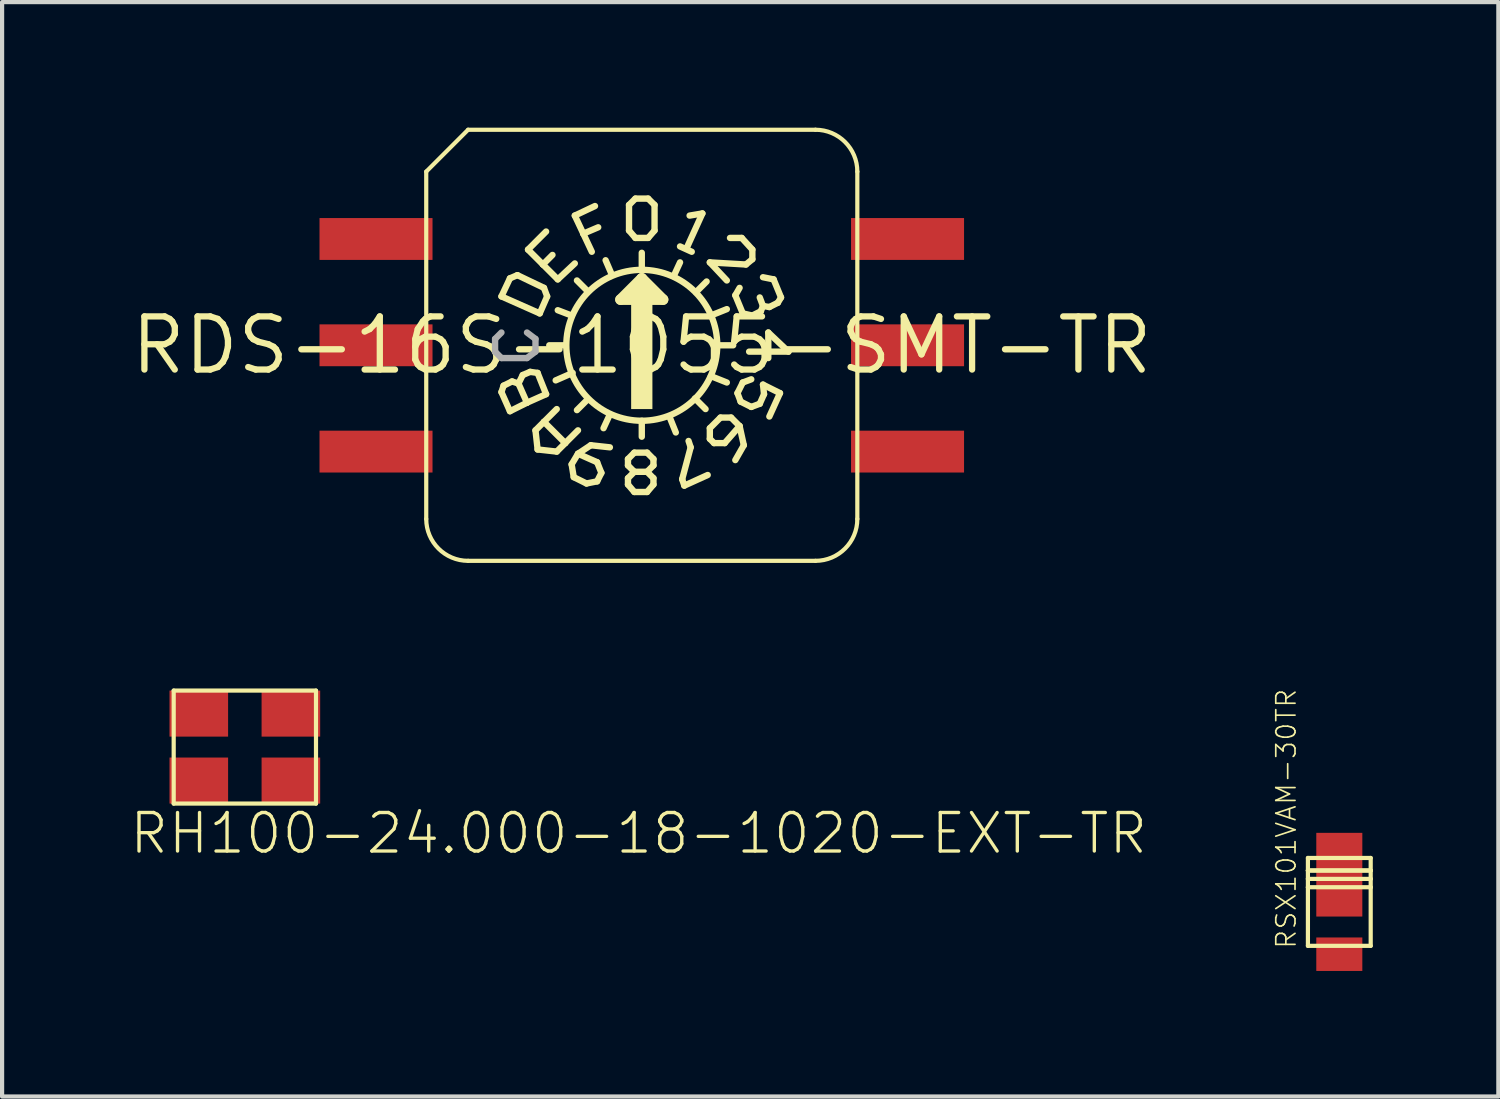
<source format=kicad_pcb>
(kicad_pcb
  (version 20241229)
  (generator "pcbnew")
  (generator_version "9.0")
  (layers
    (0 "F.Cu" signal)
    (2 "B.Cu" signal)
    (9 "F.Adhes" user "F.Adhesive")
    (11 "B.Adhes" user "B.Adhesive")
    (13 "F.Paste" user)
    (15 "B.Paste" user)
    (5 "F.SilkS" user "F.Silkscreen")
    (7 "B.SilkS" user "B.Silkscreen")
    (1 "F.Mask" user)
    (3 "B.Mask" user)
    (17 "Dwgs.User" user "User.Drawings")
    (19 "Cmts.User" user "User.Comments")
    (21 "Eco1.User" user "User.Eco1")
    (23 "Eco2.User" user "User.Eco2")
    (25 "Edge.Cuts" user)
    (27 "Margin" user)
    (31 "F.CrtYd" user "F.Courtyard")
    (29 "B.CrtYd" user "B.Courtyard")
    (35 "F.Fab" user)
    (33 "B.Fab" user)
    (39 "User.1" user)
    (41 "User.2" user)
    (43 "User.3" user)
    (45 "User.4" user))
  (footprint "RH100-24.000-18-1020-EXT-TR"
    (layer "F.Cu")
    (at 2.8 14.8)
    (property "Reference" "RH100-24.000-18-1020-EXT-TR" (at -2.8 2.6 0) (layer "F.SilkS") (effects (font (size 0.92 0.92) (thickness 0.08)) (justify left bottom)))
    (fp_line (start -1.7 -1.35) (end -1.7 1.35) (stroke (width 0.1) (type solid)) (layer "F.SilkS"))
    (fp_line (start -1.7 1.35) (end 1.7 1.35) (stroke (width 0.1) (type solid)) (layer "F.SilkS"))
    (fp_line (start 1.7 -1.35) (end -1.7 -1.35) (stroke (width 0.1) (type solid)) (layer "F.SilkS"))
    (fp_line (start 1.7 1.35) (end 1.7 -1.35) (stroke (width 0.1) (type solid)) (layer "F.SilkS"))
    (pad "1" smd rect (at -1.1 0.8) (size 1.4 1.1) (layers "F.Cu" "F.Mask" "F.Paste"))
    (pad "2" smd rect (at 1.1 0.8) (size 1.4 1.1) (layers "F.Cu" "F.Mask" "F.Paste"))
    (pad "3" smd rect (at 1.1 -0.8) (size 1.4 1.1) (layers "F.Cu" "F.Mask" "F.Paste"))
    (pad "4" smd rect (at -1.1 -0.8) (size 1.4 1.1) (layers "F.Cu" "F.Mask" "F.Paste")))
  (footprint "RSX101VAM-30TR"
    (layer "F.Cu")
    (at 28.95 19.749)
    (property "Reference" "RSX101VAM-30TR" (at -1 -0.1 90) (layer "F.SilkS") (effects (font (size 0.46 0.46) (thickness 0.04)) (justify left bottom)))
    (fp_line (start -0.75 -2.3) (end -0.75 -2) (stroke (width 0.1) (type solid)) (layer "F.SilkS"))
    (fp_line (start -0.75 -2) (end -0.75 -1.8) (stroke (width 0.1) (type solid)) (layer "F.SilkS"))
    (fp_line (start -0.75 -1.8) (end -0.75 -1.6) (stroke (width 0.1) (type solid)) (layer "F.SilkS"))
    (fp_line (start -0.75 -1.6) (end -0.75 -0.2) (stroke (width 0.1) (type solid)) (layer "F.SilkS"))
    (fp_line (start -0.75 -0.2) (end 0.75 -0.2) (stroke (width 0.1) (type solid)) (layer "F.SilkS"))
    (fp_line (start 0.75 -2.3) (end -0.75 -2.3) (stroke (width 0.1) (type solid)) (layer "F.SilkS"))
    (fp_line (start 0.75 -2) (end -0.75 -2) (stroke (width 0.1) (type solid)) (layer "F.SilkS"))
    (fp_line (start 0.75 -2) (end -0.75 -2) (stroke (width 0.1) (type solid)) (layer "F.SilkS"))
    (fp_line (start 0.75 -2) (end 0.75 -2.3) (stroke (width 0.1) (type solid)) (layer "F.SilkS"))
    (fp_line (start 0.75 -1.8) (end -0.75 -1.8) (stroke (width 0.1) (type solid)) (layer "F.SilkS"))
    (fp_line (start 0.75 -1.8) (end 0.75 -2) (stroke (width 0.1) (type solid)) (layer "F.SilkS"))
    (fp_line (start 0.75 -1.6) (end -0.75 -1.6) (stroke (width 0.1) (type solid)) (layer "F.SilkS"))
    (fp_line (start 0.75 -1.6) (end 0.75 -1.8) (stroke (width 0.1) (type solid)) (layer "F.SilkS"))
    (fp_line (start 0.75 -0.2) (end 0.75 -1.6) (stroke (width 0.1) (type solid)) (layer "F.SilkS"))
    (pad "A" smd rect (at 0 0) (size 1.1 0.8) (layers "F.Cu" "F.Mask" "F.Paste"))
    (pad "C" smd rect (at 0 -1.9) (size 1.1 2) (layers "F.Cu" "F.Mask" "F.Paste")))
  (footprint "RDS-16S-1055-SMT-TR"
    (layer "F.Cu")
    (at 12.284 5.2)
    (property "Reference" "RDS-16S-1055-SMT-TR" (at 0 0 0) (layer "F.SilkS") (effects (font (size 1.27 1.27) (thickness 0.15))))
    (fp_line (start -5.15 -4.15) (end -5.15 4.15) (stroke (width 0.1) (type solid)) (layer "F.SilkS"))
    (fp_line (start -4.15 -5.15) (end -5.15 -4.15) (stroke (width 0.1) (type solid)) (layer "F.SilkS"))
    (fp_line (start -4.15 5.15) (end 4.15 5.15) (stroke (width 0.1) (type solid)) (layer "F.SilkS"))
    (fp_line (start -3.353 -1.168) (end -2.438 -0.762) (stroke (width 0.152) (type solid)) (layer "F.SilkS"))
    (fp_line (start -3.353 1.118) (end -3.302 0.965) (stroke (width 0.152) (type solid)) (layer "F.SilkS"))
    (fp_line (start -3.302 0.965) (end -3.099 0.864) (stroke (width 0.152) (type solid)) (layer "F.SilkS"))
    (fp_line (start -3.15 -1.6) (end -3.353 -1.168) (stroke (width 0.152) (type solid)) (layer "F.SilkS"))
    (fp_line (start -3.15 1.575) (end -3.353 1.118) (stroke (width 0.152) (type solid)) (layer "F.SilkS"))
    (fp_line (start -3.099 0.864) (end -2.946 0.914) (stroke (width 0.152) (type solid)) (layer "F.SilkS"))
    (fp_line (start -2.972 -1.676) (end -3.15 -1.6) (stroke (width 0.152) (type solid)) (layer "F.SilkS"))
    (fp_line (start -2.946 0.914) (end -2.845 0.711) (stroke (width 0.152) (type solid)) (layer "F.SilkS"))
    (fp_line (start -2.946 0.914) (end -2.743 1.372) (stroke (width 0.152) (type solid)) (layer "F.SilkS"))
    (fp_line (start -2.845 0.711) (end -2.667 0.635) (stroke (width 0.152) (type solid)) (layer "F.SilkS"))
    (fp_line (start -2.743 1.372) (end -3.15 1.575) (stroke (width 0.152) (type solid)) (layer "F.SilkS"))
    (fp_line (start -2.718 -2.286) (end -2.286 -2.718) (stroke (width 0.152) (type solid)) (layer "F.SilkS"))
    (fp_line (start -2.667 0.635) (end -2.489 0.66) (stroke (width 0.152) (type solid)) (layer "F.SilkS"))
    (fp_line (start -2.54 2.032) (end -2.337 1.829) (stroke (width 0.152) (type solid)) (layer "F.SilkS"))
    (fp_line (start -2.489 0.66) (end -2.286 1.168) (stroke (width 0.152) (type solid)) (layer "F.SilkS"))
    (fp_line (start -2.489 2.489) (end -2.54 2.032) (stroke (width 0.152) (type solid)) (layer "F.SilkS"))
    (fp_line (start -2.438 -0.762) (end -2.261 -1.168) (stroke (width 0.152) (type solid)) (layer "F.SilkS"))
    (fp_line (start -2.362 -1.93) (end -2.718 -2.286) (stroke (width 0.152) (type solid)) (layer "F.SilkS"))
    (fp_line (start -2.362 -1.93) (end -2.134 -2.159) (stroke (width 0.152) (type solid)) (layer "F.SilkS"))
    (fp_line (start -2.337 -1.372) (end -2.972 -1.676) (stroke (width 0.152) (type solid)) (layer "F.SilkS"))
    (fp_line (start -2.337 1.829) (end -2.032 1.524) (stroke (width 0.152) (type solid)) (layer "F.SilkS"))
    (fp_line (start -2.286 1.168) (end -2.743 1.372) (stroke (width 0.152) (type solid)) (layer "F.SilkS"))
    (fp_line (start -2.261 -1.168) (end -2.337 -1.372) (stroke (width 0.152) (type solid)) (layer "F.SilkS"))
    (fp_line (start -2.032 2.54) (end -2.489 2.489) (stroke (width 0.152) (type solid)) (layer "F.SilkS"))
    (fp_line (start -2.007 -1.575) (end -2.362 -1.93) (stroke (width 0.152) (type solid)) (layer "F.SilkS"))
    (fp_line (start -2.007 -1.575) (end -1.6 -1.956) (stroke (width 0.152) (type solid)) (layer "F.SilkS"))
    (fp_line (start -1.829 0) (end -2.21 0) (stroke (width 0.152) (type solid)) (layer "F.SilkS"))
    (fp_line (start -1.829 2.337) (end -2.337 1.829) (stroke (width 0.152) (type solid)) (layer "F.SilkS"))
    (fp_line (start -1.829 2.337) (end -2.032 2.54) (stroke (width 0.152) (type solid)) (layer "F.SilkS"))
    (fp_line (start -1.676 -0.711) (end -2.007 -0.838) (stroke (width 0.152) (type solid)) (layer "F.SilkS"))
    (fp_line (start -1.676 2.845) (end -1.524 2.591) (stroke (width 0.152) (type solid)) (layer "F.SilkS"))
    (fp_line (start -1.651 0.66) (end -2.057 0.838) (stroke (width 0.152) (type solid)) (layer "F.SilkS"))
    (fp_line (start -1.626 3.15) (end -1.676 2.845) (stroke (width 0.152) (type solid)) (layer "F.SilkS"))
    (fp_line (start -1.626 3.15) (end -1.321 3.302) (stroke (width 0.152) (type solid)) (layer "F.SilkS"))
    (fp_line (start -1.6 -3.099) (end -1.397 -2.667) (stroke (width 0.152) (type solid)) (layer "F.SilkS"))
    (fp_line (start -1.524 2.032) (end -1.829 2.337) (stroke (width 0.152) (type solid)) (layer "F.SilkS"))
    (fp_line (start -1.524 2.591) (end -1.219 2.388) (stroke (width 0.152) (type solid)) (layer "F.SilkS"))
    (fp_line (start -1.397 -2.667) (end -1.194 -2.235) (stroke (width 0.152) (type solid)) (layer "F.SilkS"))
    (fp_line (start -1.397 -2.667) (end -1.041 -2.819) (stroke (width 0.152) (type solid)) (layer "F.SilkS"))
    (fp_line (start -1.321 3.302) (end -1.067 3.251) (stroke (width 0.152) (type solid)) (layer "F.SilkS"))
    (fp_line (start -1.295 -1.295) (end -1.549 -1.549) (stroke (width 0.152) (type solid)) (layer "F.SilkS"))
    (fp_line (start -1.295 1.295) (end -1.549 1.549) (stroke (width 0.152) (type solid)) (layer "F.SilkS"))
    (fp_line (start -1.219 2.388) (end -0.762 2.438) (stroke (width 0.152) (type solid)) (layer "F.SilkS"))
    (fp_line (start -1.118 -3.327) (end -1.6 -3.099) (stroke (width 0.152) (type solid)) (layer "F.SilkS"))
    (fp_line (start -1.067 2.794) (end -1.524 2.591) (stroke (width 0.152) (type solid)) (layer "F.SilkS"))
    (fp_line (start -1.067 3.251) (end -0.965 3.048) (stroke (width 0.152) (type solid)) (layer "F.SilkS"))
    (fp_line (start -0.965 3.048) (end -1.067 2.794) (stroke (width 0.152) (type solid)) (layer "F.SilkS"))
    (fp_line (start -0.762 1.651) (end -0.914 1.981) (stroke (width 0.152) (type solid)) (layer "F.SilkS"))
    (fp_line (start -0.711 -1.676) (end -0.864 -2.032) (stroke (width 0.152) (type solid)) (layer "F.SilkS"))
    (fp_line (start -0.508 -1.092) (end 0.508 -1.092) (stroke (width 0.254) (type solid)) (layer "F.SilkS"))
    (fp_line (start -0.33 2.718) (end -0.33 2.87) (stroke (width 0.152) (type solid)) (layer "F.SilkS"))
    (fp_line (start -0.33 2.87) (end -0.178 3.023) (stroke (width 0.152) (type solid)) (layer "F.SilkS"))
    (fp_line (start -0.33 3.175) (end -0.33 3.327) (stroke (width 0.152) (type solid)) (layer "F.SilkS"))
    (fp_line (start -0.33 3.327) (end -0.178 3.505) (stroke (width 0.152) (type solid)) (layer "F.SilkS"))
    (fp_line (start -0.305 -3.353) (end -0.305 -2.743) (stroke (width 0.152) (type solid)) (layer "F.SilkS"))
    (fp_line (start -0.305 -2.743) (end -0.152 -2.565) (stroke (width 0.152) (type solid)) (layer "F.SilkS"))
    (fp_line (start -0.178 2.565) (end -0.33 2.718) (stroke (width 0.152) (type solid)) (layer "F.SilkS"))
    (fp_line (start -0.178 3.023) (end -0.33 3.175) (stroke (width 0.152) (type solid)) (layer "F.SilkS"))
    (fp_line (start -0.178 3.505) (end 0.127 3.505) (stroke (width 0.152) (type solid)) (layer "F.SilkS"))
    (fp_line (start -0.152 -3.505) (end -0.305 -3.353) (stroke (width 0.152) (type solid)) (layer "F.SilkS"))
    (fp_line (start -0.152 -2.565) (end 0.152 -2.565) (stroke (width 0.152) (type solid)) (layer "F.SilkS"))
    (fp_line (start 0 -1.829) (end 0 -2.21) (stroke (width 0.152) (type solid)) (layer "F.SilkS"))
    (fp_line (start 0 -1.6) (end -0.508 -1.092) (stroke (width 0.254) (type solid)) (layer "F.SilkS"))
    (fp_line (start 0 -1.473) (end 0 -1.346) (stroke (width 0.254) (type solid)) (layer "F.SilkS"))
    (fp_line (start 0 1.803) (end 0 2.184) (stroke (width 0.152) (type solid)) (layer "F.SilkS"))
    (fp_line (start 0.127 2.565) (end -0.178 2.565) (stroke (width 0.152) (type solid)) (layer "F.SilkS"))
    (fp_line (start 0.127 3.023) (end -0.178 3.023) (stroke (width 0.152) (type solid)) (layer "F.SilkS"))
    (fp_line (start 0.127 3.023) (end 0.279 2.87) (stroke (width 0.152) (type solid)) (layer "F.SilkS"))
    (fp_line (start 0.127 3.505) (end 0.279 3.327) (stroke (width 0.152) (type solid)) (layer "F.SilkS"))
    (fp_line (start 0.152 -3.505) (end -0.152 -3.505) (stroke (width 0.152) (type solid)) (layer "F.SilkS"))
    (fp_line (start 0.152 -2.565) (end 0.305 -2.743) (stroke (width 0.152) (type solid)) (layer "F.SilkS"))
    (fp_line (start 0.254 -1.219) (end -0.254 -1.219) (stroke (width 0.254) (type solid)) (layer "F.SilkS"))
    (fp_line (start 0.279 2.718) (end 0.127 2.565) (stroke (width 0.152) (type solid)) (layer "F.SilkS"))
    (fp_line (start 0.279 2.87) (end 0.279 2.718) (stroke (width 0.152) (type solid)) (layer "F.SilkS"))
    (fp_line (start 0.279 3.175) (end 0.127 3.023) (stroke (width 0.152) (type solid)) (layer "F.SilkS"))
    (fp_line (start 0.279 3.327) (end 0.279 3.175) (stroke (width 0.152) (type solid)) (layer "F.SilkS"))
    (fp_line (start 0.305 -3.353) (end 0.152 -3.505) (stroke (width 0.152) (type solid)) (layer "F.SilkS"))
    (fp_line (start 0.305 -2.743) (end 0.305 -3.353) (stroke (width 0.152) (type solid)) (layer "F.SilkS"))
    (fp_line (start 0.508 -1.092) (end 0 -1.6) (stroke (width 0.254) (type solid)) (layer "F.SilkS"))
    (fp_line (start 0.66 1.702) (end 0.813 2.083) (stroke (width 0.152) (type solid)) (layer "F.SilkS"))
    (fp_line (start 0.762 -1.651) (end 0.914 -1.981) (stroke (width 0.152) (type solid)) (layer "F.SilkS"))
    (fp_line (start 0.965 3.2) (end 1.168 2.438) (stroke (width 0.152) (type solid)) (layer "F.SilkS"))
    (fp_line (start 1.016 3.353) (end 0.965 3.2) (stroke (width 0.152) (type solid)) (layer "F.SilkS"))
    (fp_line (start 1.067 -2.311) (end 1.448 -3.15) (stroke (width 0.152) (type solid)) (layer "F.SilkS"))
    (fp_line (start 1.168 2.438) (end 1.118 2.286) (stroke (width 0.152) (type solid)) (layer "F.SilkS"))
    (fp_line (start 1.194 -2.235) (end 0.914 -2.362) (stroke (width 0.152) (type solid)) (layer "F.SilkS"))
    (fp_line (start 1.27 1.27) (end 1.524 1.524) (stroke (width 0.152) (type solid)) (layer "F.SilkS"))
    (fp_line (start 1.295 -1.27) (end 1.549 -1.524) (stroke (width 0.152) (type solid)) (layer "F.SilkS"))
    (fp_line (start 1.448 -3.15) (end 1.143 -3.099) (stroke (width 0.152) (type solid)) (layer "F.SilkS"))
    (fp_line (start 1.575 3.099) (end 1.016 3.353) (stroke (width 0.152) (type solid)) (layer "F.SilkS"))
    (fp_line (start 1.626 1.981) (end 1.626 2.235) (stroke (width 0.152) (type solid)) (layer "F.SilkS"))
    (fp_line (start 1.626 2.235) (end 1.727 2.337) (stroke (width 0.152) (type solid)) (layer "F.SilkS"))
    (fp_line (start 1.651 -0.711) (end 2.032 -0.864) (stroke (width 0.152) (type solid)) (layer "F.SilkS"))
    (fp_line (start 1.651 0.737) (end 2.032 0.889) (stroke (width 0.152) (type solid)) (layer "F.SilkS"))
    (fp_line (start 1.727 2.337) (end 1.981 2.337) (stroke (width 0.152) (type solid)) (layer "F.SilkS"))
    (fp_line (start 1.88 1.727) (end 1.626 1.981) (stroke (width 0.152) (type solid)) (layer "F.SilkS"))
    (fp_line (start 1.88 1.727) (end 2.134 1.727) (stroke (width 0.152) (type solid)) (layer "F.SilkS"))
    (fp_line (start 1.981 2.337) (end 2.337 1.93) (stroke (width 0.152) (type solid)) (layer "F.SilkS"))
    (fp_line (start 2.032 -1.549) (end 1.626 -1.981) (stroke (width 0.152) (type solid)) (layer "F.SilkS"))
    (fp_line (start 2.134 1.727) (end 2.337 1.93) (stroke (width 0.152) (type solid)) (layer "F.SilkS"))
    (fp_line (start 2.184 0) (end 1.803 0) (stroke (width 0.152) (type solid)) (layer "F.SilkS"))
    (fp_line (start 2.286 1.143) (end 2.413 0.889) (stroke (width 0.152) (type solid)) (layer "F.SilkS"))
    (fp_line (start 2.337 -1.372) (end 2.235 -1.194) (stroke (width 0.152) (type solid)) (layer "F.SilkS"))
    (fp_line (start 2.337 1.93) (end 2.438 2.388) (stroke (width 0.152) (type solid)) (layer "F.SilkS"))
    (fp_line (start 2.362 1.346) (end 2.286 1.143) (stroke (width 0.152) (type solid)) (layer "F.SilkS"))
    (fp_line (start 2.388 -2.565) (end 2.108 -2.565) (stroke (width 0.152) (type solid)) (layer "F.SilkS"))
    (fp_line (start 2.413 -0.762) (end 2.235 -1.194) (stroke (width 0.152) (type solid)) (layer "F.SilkS"))
    (fp_line (start 2.413 -0.762) (end 2.642 -0.711) (stroke (width 0.152) (type solid)) (layer "F.SilkS"))
    (fp_line (start 2.413 0.889) (end 2.616 0.813) (stroke (width 0.152) (type solid)) (layer "F.SilkS"))
    (fp_line (start 2.438 2.388) (end 2.235 2.743) (stroke (width 0.152) (type solid)) (layer "F.SilkS"))
    (fp_line (start 2.489 -1.93) (end 1.626 -1.981) (stroke (width 0.152) (type solid)) (layer "F.SilkS"))
    (fp_line (start 2.565 0.152) (end 3.505 0.152) (stroke (width 0.152) (type solid)) (layer "F.SilkS"))
    (fp_line (start 2.616 1.473) (end 2.362 1.346) (stroke (width 0.152) (type solid)) (layer "F.SilkS"))
    (fp_line (start 2.642 -2.286) (end 2.388 -2.565) (stroke (width 0.152) (type solid)) (layer "F.SilkS"))
    (fp_line (start 2.642 -2.286) (end 2.642 -2.057) (stroke (width 0.152) (type solid)) (layer "F.SilkS"))
    (fp_line (start 2.642 -2.057) (end 2.489 -1.93) (stroke (width 0.152) (type solid)) (layer "F.SilkS"))
    (fp_line (start 2.642 -0.711) (end 2.845 -0.813) (stroke (width 0.152) (type solid)) (layer "F.SilkS"))
    (fp_line (start 2.819 1.397) (end 2.616 1.473) (stroke (width 0.152) (type solid)) (layer "F.SilkS"))
    (fp_line (start 2.845 -0.813) (end 2.896 -0.94) (stroke (width 0.152) (type solid)) (layer "F.SilkS"))
    (fp_line (start 2.896 -1.626) (end 3.15 -1.575) (stroke (width 0.152) (type solid)) (layer "F.SilkS"))
    (fp_line (start 2.896 -0.94) (end 2.819 -1.143) (stroke (width 0.152) (type solid)) (layer "F.SilkS"))
    (fp_line (start 2.896 -0.94) (end 3.048 -0.914) (stroke (width 0.152) (type solid)) (layer "F.SilkS"))
    (fp_line (start 2.896 0.94) (end 2.921 1.168) (stroke (width 0.152) (type solid)) (layer "F.SilkS"))
    (fp_line (start 2.921 1.168) (end 2.819 1.397) (stroke (width 0.152) (type solid)) (layer "F.SilkS"))
    (fp_line (start 3.023 -0.305) (end 3.023 0.305) (stroke (width 0.152) (type solid)) (layer "F.SilkS"))
    (fp_line (start 3.048 -0.914) (end 3.251 -1.016) (stroke (width 0.152) (type solid)) (layer "F.SilkS"))
    (fp_line (start 3.251 -1.016) (end 3.327 -1.143) (stroke (width 0.152) (type solid)) (layer "F.SilkS"))
    (fp_line (start 3.302 1.143) (end 2.896 0.94) (stroke (width 0.152) (type solid)) (layer "F.SilkS"))
    (fp_line (start 3.302 1.143) (end 3.048 1.702) (stroke (width 0.152) (type solid)) (layer "F.SilkS"))
    (fp_line (start 3.327 -1.143) (end 3.15 -1.575) (stroke (width 0.152) (type solid)) (layer "F.SilkS"))
    (fp_line (start 3.505 0.152) (end 3.023 -0.305) (stroke (width 0.152) (type solid)) (layer "F.SilkS"))
    (fp_line (start 4.15 -5.15) (end -4.15 -5.15) (stroke (width 0.1) (type solid)) (layer "F.SilkS"))
    (fp_line (start 5.15 4.15) (end 5.15 -4.15) (stroke (width 0.1) (type solid)) (layer "F.SilkS"))
    (fp_arc (start -4.15 5.15) (mid -4.857107 4.857107) (end -5.15 4.15) (stroke (width 0.1) (type solid)) (layer "F.SilkS"))
    (fp_arc (start 4.15 -5.15) (mid 4.857107 -4.857107) (end 5.15 -4.15) (stroke (width 0.1) (type solid)) (layer "F.SilkS"))
    (fp_arc (start 5.15 4.15) (mid 4.857107 4.857107) (end 4.15 5.15) (stroke (width 0.1) (type solid)) (layer "F.SilkS"))
    (fp_circle (center 0 0) (end 1.803 0) (stroke (width 0.152) (type solid)) (fill no) (layer "F.SilkS"))
    (fp_poly (pts (xy 0.254 -1.016) (xy -0.254 -1.016) (xy -0.254 1.524) (xy 0.254 1.524)) (stroke (width 0) (type default)) (fill yes) (layer "F.SilkS"))
    (fp_line (start -3.505 -0.152) (end -3.353 -0.305) (stroke (width 0.152) (type solid)) (layer "F.Fab"))
    (fp_line (start -3.505 0.152) (end -3.505 -0.152) (stroke (width 0.152) (type solid)) (layer "F.Fab"))
    (fp_line (start -3.353 0.305) (end -3.505 0.152) (stroke (width 0.152) (type solid)) (layer "F.Fab"))
    (fp_line (start -2.743 0.305) (end -3.353 0.305) (stroke (width 0.152) (type solid)) (layer "F.Fab"))
    (fp_line (start -2.743 0.305) (end -2.54 0.152) (stroke (width 0.152) (type solid)) (layer "F.Fab"))
    (fp_line (start -2.54 -0.152) (end -2.743 -0.305) (stroke (width 0.152) (type solid)) (layer "F.Fab"))
    (fp_line (start -2.54 0.152) (end -2.54 -0.152) (stroke (width 0.152) (type solid)) (layer "F.Fab"))
    (pad "1" smd rect (at -6.35 -2.54) (size 2.7 1) (layers "F.Cu" "F.Mask" "F.Paste"))
    (pad "2" smd rect (at 6.35 2.54) (size 2.7 1) (layers "F.Cu" "F.Mask" "F.Paste"))
    (pad "4" smd rect (at -6.35 2.54) (size 2.7 1) (layers "F.Cu" "F.Mask" "F.Paste"))
    (pad "8" smd rect (at 6.35 -2.54) (size 2.7 1) (layers "F.Cu" "F.Mask" "F.Paste"))
    (pad "C1" smd rect (at -6.35 0) (size 2.7 1) (layers "F.Cu" "F.Mask" "F.Paste"))
    (pad "C2" smd rect (at 6.35 0) (size 2.7 1) (layers "F.Cu" "F.Mask" "F.Paste")))
  (gr_rect
    (start -3 -3)
    (end 32.75 23.149)
    (stroke (width 0.1) (type default))
    (fill no)
    (layer "Edge.Cuts")))
</source>
